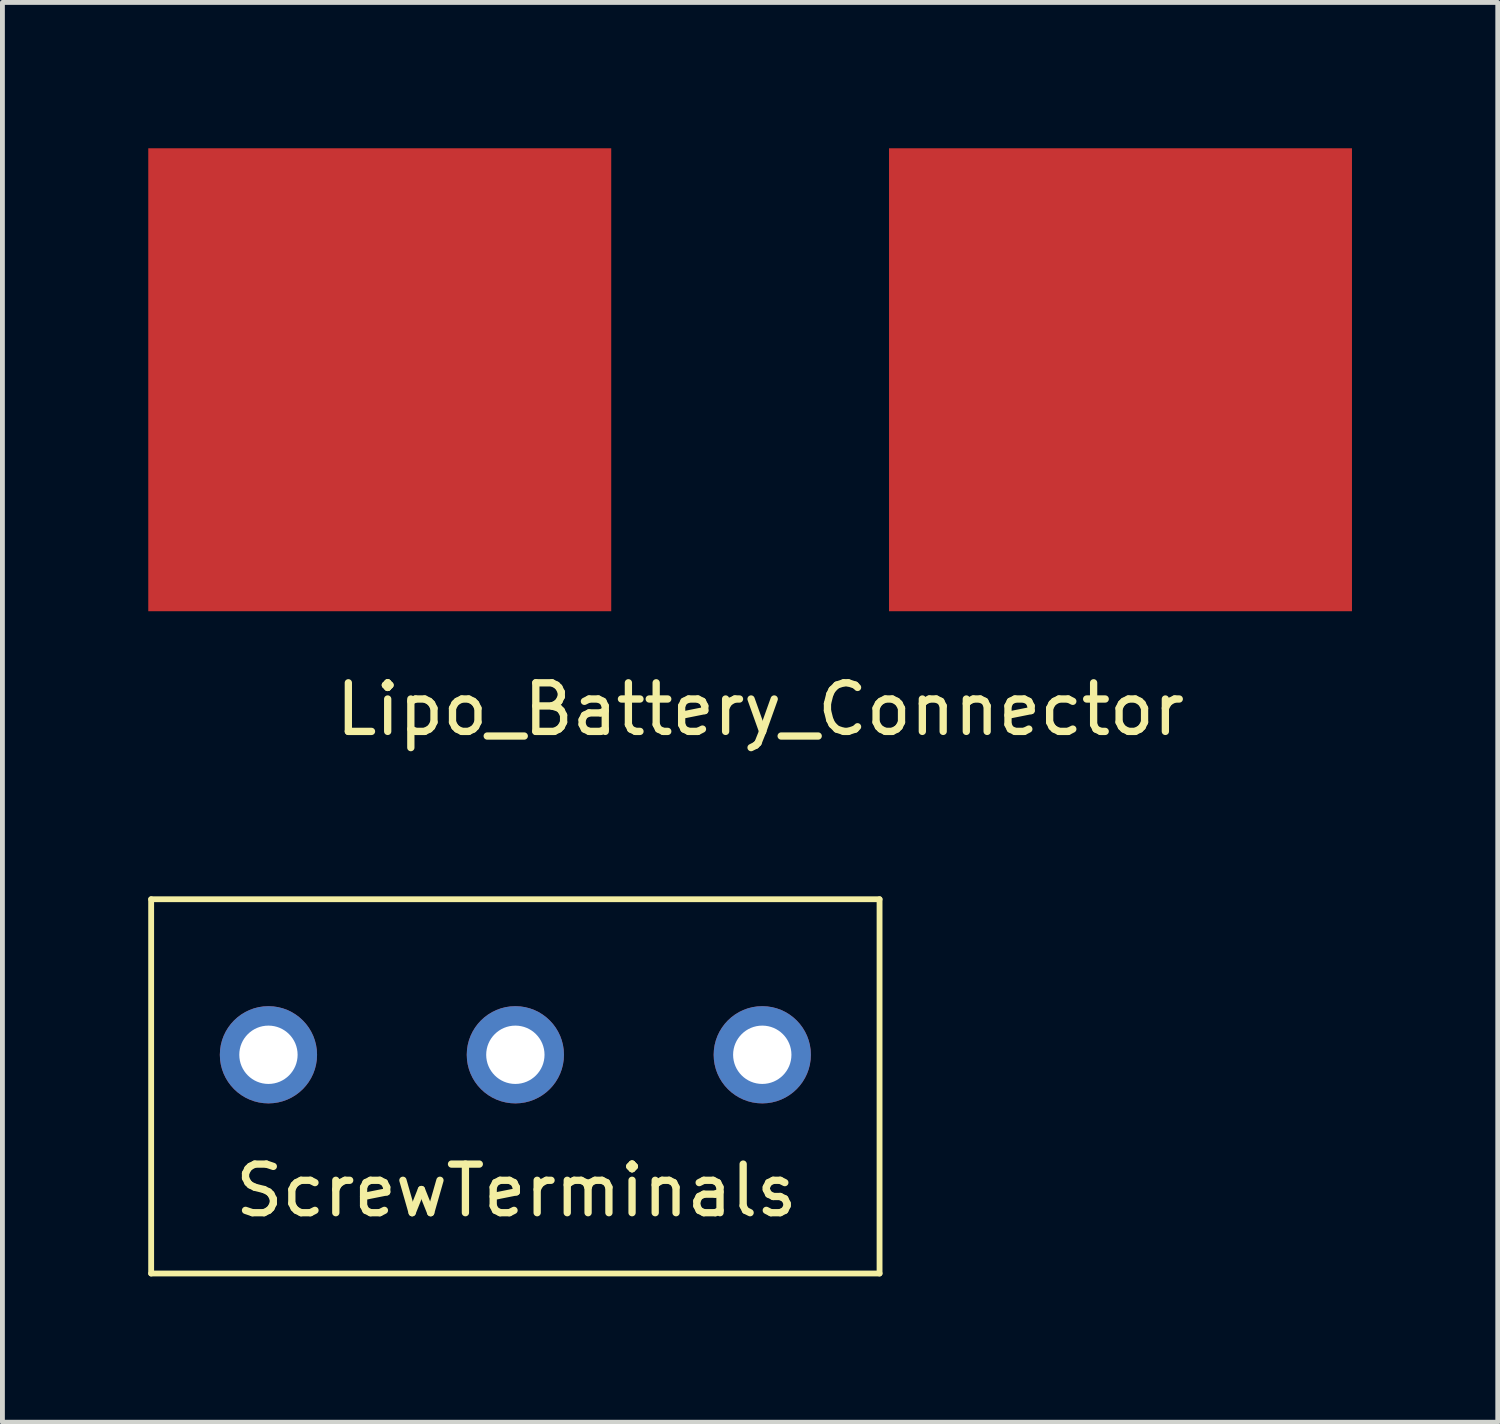
<source format=kicad_pcb>
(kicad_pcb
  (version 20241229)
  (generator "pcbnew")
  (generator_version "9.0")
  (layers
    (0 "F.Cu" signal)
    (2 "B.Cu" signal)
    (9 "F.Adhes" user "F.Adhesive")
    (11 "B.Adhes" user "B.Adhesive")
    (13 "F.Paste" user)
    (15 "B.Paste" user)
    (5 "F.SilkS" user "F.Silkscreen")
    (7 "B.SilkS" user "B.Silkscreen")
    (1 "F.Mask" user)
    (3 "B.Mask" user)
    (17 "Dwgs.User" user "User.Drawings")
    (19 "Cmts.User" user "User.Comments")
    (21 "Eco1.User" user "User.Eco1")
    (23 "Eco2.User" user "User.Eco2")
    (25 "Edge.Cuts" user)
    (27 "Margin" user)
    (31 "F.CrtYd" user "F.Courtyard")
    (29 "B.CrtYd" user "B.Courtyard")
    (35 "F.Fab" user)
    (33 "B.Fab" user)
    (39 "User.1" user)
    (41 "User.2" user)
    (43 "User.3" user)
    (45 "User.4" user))
  (footprint "Lipo_Battery_Connector"
    (layer "F.Cu")
    (at 12.383 4.763)
    (property "Reference" "Lipo_Battery_Connector" (at 0.21 6.78 0) (layer "F.SilkS") (effects (font (size 1 1) (thickness 0.15))))
    (attr through_hole)
    (pad "1" smd rect (at -7.62 0) (size 9.525 9.525) (layers "F.Cu" "F.Mask" "F.Paste"))
    (pad "2" smd rect (at 7.62 0) (size 9.525 9.525) (layers "F.Cu" "F.Mask" "F.Paste")))
  (footprint "ScrewTerminals"
    (layer "F.Cu")
    (at 7.553 18.651)
    (property "Reference" "ScrewTerminals" (at 0.02 2.794 0) (layer "F.SilkS") (effects (font (size 1 1) (thickness 0.15))))
    (attr through_hole)
    (fp_line (start -7.493 -3.2) (end 7.493 -3.2) (stroke (width 0.12) (type solid)) (layer "F.SilkS"))
    (fp_line (start -7.493 4.5) (end -7.493 -3.2) (stroke (width 0.12) (type solid)) (layer "F.SilkS"))
    (fp_line (start -7.493 4.5) (end 7.493 4.5) (stroke (width 0.12) (type solid)) (layer "F.SilkS"))
    (fp_line (start 7.493 4.5) (end 7.493 -3.2) (stroke (width 0.12) (type solid)) (layer "F.SilkS"))
    (pad "1" thru_hole circle (at -5.08 0) (size 2 2) (drill 1.2) (layers "*.Cu" "*.Mask"))
    (pad "2" thru_hole circle (at 0 0) (size 2 2) (drill 1.2) (layers "*.Cu" "*.Mask"))
    (pad "3" thru_hole circle (at 5.08 0) (size 2 2) (drill 1.2) (layers "*.Cu" "*.Mask")))
  (gr_rect
    (start -3 -3)
    (end 27.765 26.211)
    (stroke (width 0.1) (type default))
    (fill no)
    (layer "Edge.Cuts")))
</source>
